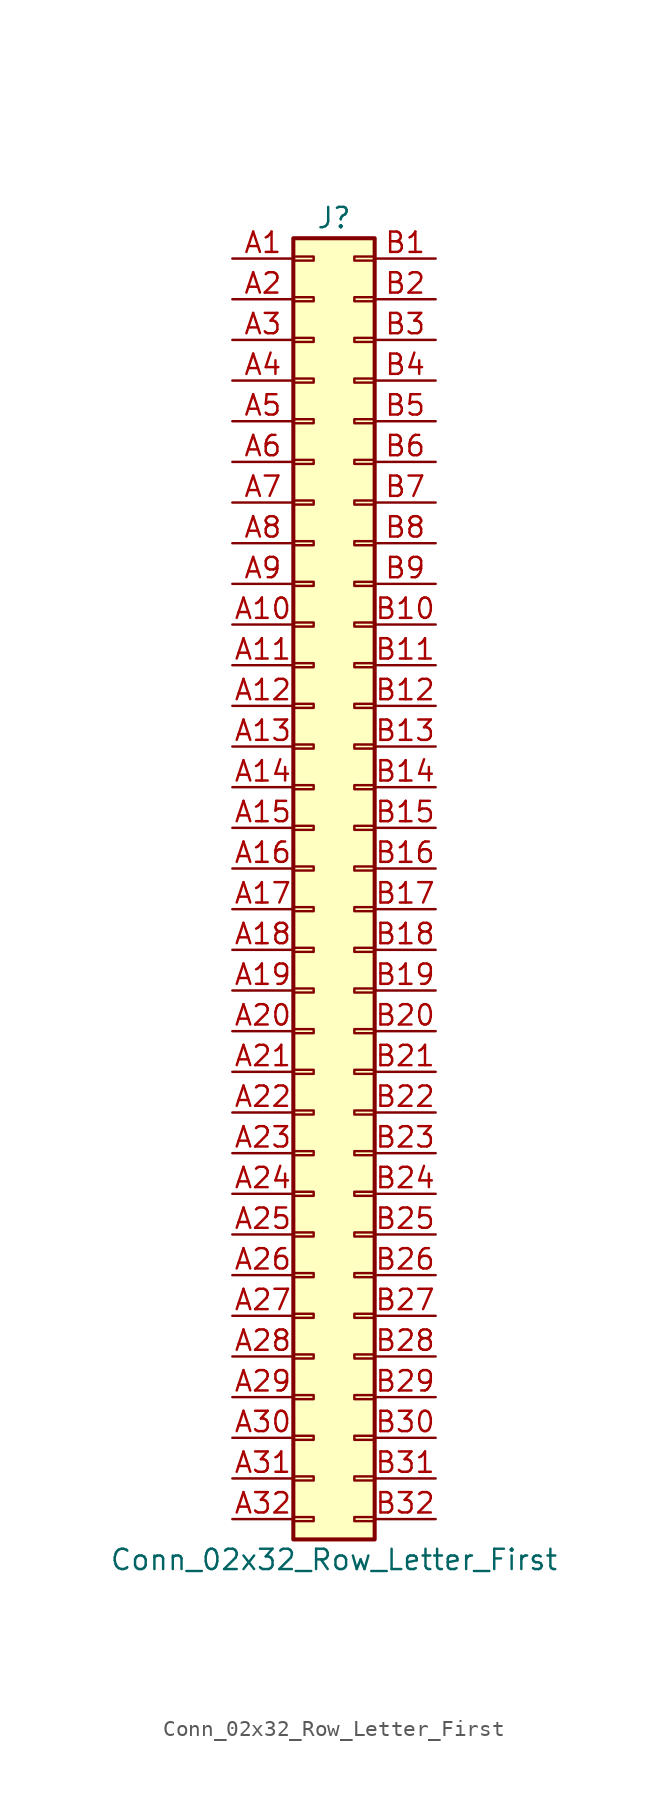
<source format=kicad_sym>
(kicad_symbol_lib
  (version 20241209)
  (generator "kicad_symbol_editor")
  (generator_version "9.0")
  (symbol "Conn_02x32_Row_Letter_First"
    (pin_names
      (offset 1.016)
      (hide yes))
    (property "Reference" "J"
      (at 1.27 40.64 0)
      (effects (font (size 1.27 1.27))))
    (property "Value" "Conn_02x32_Row_Letter_First"
      (at 1.27 -43.18 0)
      (effects (font (size 1.27 1.27))))
    (symbol "Conn_02x32_Row_Letter_First_1_1"
      (rectangle (start -1.27 39.37) (end 3.81 -41.91) (stroke (width 0.254) (type default)) (fill (type background)))
      (rectangle (start -1.27 38.227) (end 0 37.973) (stroke (width 0.152) (type default)) (fill (type none)))
      (rectangle (start -1.27 35.687) (end 0 35.433) (stroke (width 0.152) (type default)) (fill (type none)))
      (rectangle (start -1.27 33.147) (end 0 32.893) (stroke (width 0.152) (type default)) (fill (type none)))
      (rectangle (start -1.27 30.607) (end 0 30.353) (stroke (width 0.152) (type default)) (fill (type none)))
      (rectangle (start -1.27 28.067) (end 0 27.813) (stroke (width 0.152) (type default)) (fill (type none)))
      (rectangle (start -1.27 25.527) (end 0 25.273) (stroke (width 0.152) (type default)) (fill (type none)))
      (rectangle (start -1.27 22.987) (end 0 22.733) (stroke (width 0.152) (type default)) (fill (type none)))
      (rectangle (start -1.27 20.447) (end 0 20.193) (stroke (width 0.152) (type default)) (fill (type none)))
      (rectangle (start -1.27 17.907) (end 0 17.653) (stroke (width 0.152) (type default)) (fill (type none)))
      (rectangle (start -1.27 15.367) (end 0 15.113) (stroke (width 0.152) (type default)) (fill (type none)))
      (rectangle (start -1.27 12.827) (end 0 12.573) (stroke (width 0.152) (type default)) (fill (type none)))
      (rectangle (start -1.27 10.287) (end 0 10.033) (stroke (width 0.152) (type default)) (fill (type none)))
      (rectangle (start -1.27 7.747) (end 0 7.493) (stroke (width 0.152) (type default)) (fill (type none)))
      (rectangle (start -1.27 5.207) (end 0 4.953) (stroke (width 0.152) (type default)) (fill (type none)))
      (rectangle (start -1.27 2.667) (end 0 2.413) (stroke (width 0.152) (type default)) (fill (type none)))
      (rectangle (start -1.27 0.127) (end 0 -0.127) (stroke (width 0.152) (type default)) (fill (type none)))
      (rectangle (start -1.27 -2.413) (end 0 -2.667) (stroke (width 0.152) (type default)) (fill (type none)))
      (rectangle (start -1.27 -4.953) (end 0 -5.207) (stroke (width 0.152) (type default)) (fill (type none)))
      (rectangle (start -1.27 -7.493) (end 0 -7.747) (stroke (width 0.152) (type default)) (fill (type none)))
      (rectangle (start -1.27 -10.033) (end 0 -10.287) (stroke (width 0.152) (type default)) (fill (type none)))
      (rectangle (start -1.27 -12.573) (end 0 -12.827) (stroke (width 0.152) (type default)) (fill (type none)))
      (rectangle (start -1.27 -15.113) (end 0 -15.367) (stroke (width 0.152) (type default)) (fill (type none)))
      (rectangle (start -1.27 -17.653) (end 0 -17.907) (stroke (width 0.152) (type default)) (fill (type none)))
      (rectangle (start -1.27 -20.193) (end 0 -20.447) (stroke (width 0.152) (type default)) (fill (type none)))
      (rectangle (start -1.27 -22.733) (end 0 -22.987) (stroke (width 0.152) (type default)) (fill (type none)))
      (rectangle (start -1.27 -25.273) (end 0 -25.527) (stroke (width 0.152) (type default)) (fill (type none)))
      (rectangle (start -1.27 -27.813) (end 0 -28.067) (stroke (width 0.152) (type default)) (fill (type none)))
      (rectangle (start -1.27 -30.353) (end 0 -30.607) (stroke (width 0.152) (type default)) (fill (type none)))
      (rectangle (start -1.27 -32.893) (end 0 -33.147) (stroke (width 0.152) (type default)) (fill (type none)))
      (rectangle (start -1.27 -35.433) (end 0 -35.687) (stroke (width 0.152) (type default)) (fill (type none)))
      (rectangle (start -1.27 -37.973) (end 0 -38.227) (stroke (width 0.152) (type default)) (fill (type none)))
      (rectangle (start -1.27 -40.513) (end 0 -40.767) (stroke (width 0.152) (type default)) (fill (type none)))
      (rectangle (start 3.81 38.227) (end 2.54 37.973) (stroke (width 0.152) (type default)) (fill (type none)))
      (rectangle (start 3.81 35.687) (end 2.54 35.433) (stroke (width 0.152) (type default)) (fill (type none)))
      (rectangle (start 3.81 33.147) (end 2.54 32.893) (stroke (width 0.152) (type default)) (fill (type none)))
      (rectangle (start 3.81 30.607) (end 2.54 30.353) (stroke (width 0.152) (type default)) (fill (type none)))
      (rectangle (start 3.81 28.067) (end 2.54 27.813) (stroke (width 0.152) (type default)) (fill (type none)))
      (rectangle (start 3.81 25.527) (end 2.54 25.273) (stroke (width 0.152) (type default)) (fill (type none)))
      (rectangle (start 3.81 22.987) (end 2.54 22.733) (stroke (width 0.152) (type default)) (fill (type none)))
      (rectangle (start 3.81 20.447) (end 2.54 20.193) (stroke (width 0.152) (type default)) (fill (type none)))
      (rectangle (start 3.81 17.907) (end 2.54 17.653) (stroke (width 0.152) (type default)) (fill (type none)))
      (rectangle (start 3.81 15.367) (end 2.54 15.113) (stroke (width 0.152) (type default)) (fill (type none)))
      (rectangle (start 3.81 12.827) (end 2.54 12.573) (stroke (width 0.152) (type default)) (fill (type none)))
      (rectangle (start 3.81 10.287) (end 2.54 10.033) (stroke (width 0.152) (type default)) (fill (type none)))
      (rectangle (start 3.81 7.747) (end 2.54 7.493) (stroke (width 0.152) (type default)) (fill (type none)))
      (rectangle (start 3.81 5.207) (end 2.54 4.953) (stroke (width 0.152) (type default)) (fill (type none)))
      (rectangle (start 3.81 2.667) (end 2.54 2.413) (stroke (width 0.152) (type default)) (fill (type none)))
      (rectangle (start 3.81 0.127) (end 2.54 -0.127) (stroke (width 0.152) (type default)) (fill (type none)))
      (rectangle (start 3.81 -2.413) (end 2.54 -2.667) (stroke (width 0.152) (type default)) (fill (type none)))
      (rectangle (start 3.81 -4.953) (end 2.54 -5.207) (stroke (width 0.152) (type default)) (fill (type none)))
      (rectangle (start 3.81 -7.493) (end 2.54 -7.747) (stroke (width 0.152) (type default)) (fill (type none)))
      (rectangle (start 3.81 -10.033) (end 2.54 -10.287) (stroke (width 0.152) (type default)) (fill (type none)))
      (rectangle (start 3.81 -12.573) (end 2.54 -12.827) (stroke (width 0.152) (type default)) (fill (type none)))
      (rectangle (start 3.81 -15.113) (end 2.54 -15.367) (stroke (width 0.152) (type default)) (fill (type none)))
      (rectangle (start 3.81 -17.653) (end 2.54 -17.907) (stroke (width 0.152) (type default)) (fill (type none)))
      (rectangle (start 3.81 -20.193) (end 2.54 -20.447) (stroke (width 0.152) (type default)) (fill (type none)))
      (rectangle (start 3.81 -22.733) (end 2.54 -22.987) (stroke (width 0.152) (type default)) (fill (type none)))
      (rectangle (start 3.81 -25.273) (end 2.54 -25.527) (stroke (width 0.152) (type default)) (fill (type none)))
      (rectangle (start 3.81 -27.813) (end 2.54 -28.067) (stroke (width 0.152) (type default)) (fill (type none)))
      (rectangle (start 3.81 -30.353) (end 2.54 -30.607) (stroke (width 0.152) (type default)) (fill (type none)))
      (rectangle (start 3.81 -32.893) (end 2.54 -33.147) (stroke (width 0.152) (type default)) (fill (type none)))
      (rectangle (start 3.81 -35.433) (end 2.54 -35.687) (stroke (width 0.152) (type default)) (fill (type none)))
      (rectangle (start 3.81 -37.973) (end 2.54 -38.227) (stroke (width 0.152) (type default)) (fill (type none)))
      (rectangle (start 3.81 -40.513) (end 2.54 -40.767) (stroke (width 0.152) (type default)) (fill (type none)))
      (pin passive line (at -5.08 38.1 0) (length 3.81) (name "Pin_A1" (effects (font (size 1.27 1.27)))) (number "A1" (effects (font (size 1.27 1.27)))))
      (pin passive line (at -5.08 35.56 0) (length 3.81) (name "Pin_A2" (effects (font (size 1.27 1.27)))) (number "A2" (effects (font (size 1.27 1.27)))))
      (pin passive line (at -5.08 33.02 0) (length 3.81) (name "Pin_A3" (effects (font (size 1.27 1.27)))) (number "A3" (effects (font (size 1.27 1.27)))))
      (pin passive line (at -5.08 30.48 0) (length 3.81) (name "Pin_A4" (effects (font (size 1.27 1.27)))) (number "A4" (effects (font (size 1.27 1.27)))))
      (pin passive line (at -5.08 27.94 0) (length 3.81) (name "Pin_A5" (effects (font (size 1.27 1.27)))) (number "A5" (effects (font (size 1.27 1.27)))))
      (pin passive line (at -5.08 25.4 0) (length 3.81) (name "Pin_A6" (effects (font (size 1.27 1.27)))) (number "A6" (effects (font (size 1.27 1.27)))))
      (pin passive line (at -5.08 22.86 0) (length 3.81) (name "Pin_A7" (effects (font (size 1.27 1.27)))) (number "A7" (effects (font (size 1.27 1.27)))))
      (pin passive line (at -5.08 20.32 0) (length 3.81) (name "Pin_A8" (effects (font (size 1.27 1.27)))) (number "A8" (effects (font (size 1.27 1.27)))))
      (pin passive line (at -5.08 17.78 0) (length 3.81) (name "Pin_A9" (effects (font (size 1.27 1.27)))) (number "A9" (effects (font (size 1.27 1.27)))))
      (pin passive line (at -5.08 15.24 0) (length 3.81) (name "Pin_A10" (effects (font (size 1.27 1.27)))) (number "A10" (effects (font (size 1.27 1.27)))))
      (pin passive line (at -5.08 12.7 0) (length 3.81) (name "Pin_A11" (effects (font (size 1.27 1.27)))) (number "A11" (effects (font (size 1.27 1.27)))))
      (pin passive line (at -5.08 10.16 0) (length 3.81) (name "Pin_A12" (effects (font (size 1.27 1.27)))) (number "A12" (effects (font (size 1.27 1.27)))))
      (pin passive line (at -5.08 7.62 0) (length 3.81) (name "Pin_A13" (effects (font (size 1.27 1.27)))) (number "A13" (effects (font (size 1.27 1.27)))))
      (pin passive line (at -5.08 5.08 0) (length 3.81) (name "Pin_A14" (effects (font (size 1.27 1.27)))) (number "A14" (effects (font (size 1.27 1.27)))))
      (pin passive line (at -5.08 2.54 0) (length 3.81) (name "Pin_A15" (effects (font (size 1.27 1.27)))) (number "A15" (effects (font (size 1.27 1.27)))))
      (pin passive line (at -5.08 0 0) (length 3.81) (name "Pin_A16" (effects (font (size 1.27 1.27)))) (number "A16" (effects (font (size 1.27 1.27)))))
      (pin passive line (at -5.08 -2.54 0) (length 3.81) (name "Pin_A17" (effects (font (size 1.27 1.27)))) (number "A17" (effects (font (size 1.27 1.27)))))
      (pin passive line (at -5.08 -5.08 0) (length 3.81) (name "Pin_A18" (effects (font (size 1.27 1.27)))) (number "A18" (effects (font (size 1.27 1.27)))))
      (pin passive line (at -5.08 -7.62 0) (length 3.81) (name "Pin_A19" (effects (font (size 1.27 1.27)))) (number "A19" (effects (font (size 1.27 1.27)))))
      (pin passive line (at -5.08 -10.16 0) (length 3.81) (name "Pin_A20" (effects (font (size 1.27 1.27)))) (number "A20" (effects (font (size 1.27 1.27)))))
      (pin passive line (at -5.08 -12.7 0) (length 3.81) (name "Pin_A21" (effects (font (size 1.27 1.27)))) (number "A21" (effects (font (size 1.27 1.27)))))
      (pin passive line (at -5.08 -15.24 0) (length 3.81) (name "Pin_A22" (effects (font (size 1.27 1.27)))) (number "A22" (effects (font (size 1.27 1.27)))))
      (pin passive line (at -5.08 -17.78 0) (length 3.81) (name "Pin_A23" (effects (font (size 1.27 1.27)))) (number "A23" (effects (font (size 1.27 1.27)))))
      (pin passive line (at -5.08 -20.32 0) (length 3.81) (name "Pin_A24" (effects (font (size 1.27 1.27)))) (number "A24" (effects (font (size 1.27 1.27)))))
      (pin passive line (at -5.08 -22.86 0) (length 3.81) (name "Pin_A25" (effects (font (size 1.27 1.27)))) (number "A25" (effects (font (size 1.27 1.27)))))
      (pin passive line (at -5.08 -25.4 0) (length 3.81) (name "Pin_A26" (effects (font (size 1.27 1.27)))) (number "A26" (effects (font (size 1.27 1.27)))))
      (pin passive line (at -5.08 -27.94 0) (length 3.81) (name "Pin_A27" (effects (font (size 1.27 1.27)))) (number "A27" (effects (font (size 1.27 1.27)))))
      (pin passive line (at -5.08 -30.48 0) (length 3.81) (name "Pin_A28" (effects (font (size 1.27 1.27)))) (number "A28" (effects (font (size 1.27 1.27)))))
      (pin passive line (at -5.08 -33.02 0) (length 3.81) (name "Pin_A29" (effects (font (size 1.27 1.27)))) (number "A29" (effects (font (size 1.27 1.27)))))
      (pin passive line (at -5.08 -35.56 0) (length 3.81) (name "Pin_A30" (effects (font (size 1.27 1.27)))) (number "A30" (effects (font (size 1.27 1.27)))))
      (pin passive line (at -5.08 -38.1 0) (length 3.81) (name "Pin_A31" (effects (font (size 1.27 1.27)))) (number "A31" (effects (font (size 1.27 1.27)))))
      (pin passive line (at -5.08 -40.64 0) (length 3.81) (name "Pin_A32" (effects (font (size 1.27 1.27)))) (number "A32" (effects (font (size 1.27 1.27)))))
      (pin passive line (at 7.62 38.1 180) (length 3.81) (name "Pin_B1" (effects (font (size 1.27 1.27)))) (number "B1" (effects (font (size 1.27 1.27)))))
      (pin passive line (at 7.62 35.56 180) (length 3.81) (name "Pin_B2" (effects (font (size 1.27 1.27)))) (number "B2" (effects (font (size 1.27 1.27)))))
      (pin passive line (at 7.62 33.02 180) (length 3.81) (name "Pin_B3" (effects (font (size 1.27 1.27)))) (number "B3" (effects (font (size 1.27 1.27)))))
      (pin passive line (at 7.62 30.48 180) (length 3.81) (name "Pin_B4" (effects (font (size 1.27 1.27)))) (number "B4" (effects (font (size 1.27 1.27)))))
      (pin passive line (at 7.62 27.94 180) (length 3.81) (name "Pin_B5" (effects (font (size 1.27 1.27)))) (number "B5" (effects (font (size 1.27 1.27)))))
      (pin passive line (at 7.62 25.4 180) (length 3.81) (name "Pin_B6" (effects (font (size 1.27 1.27)))) (number "B6" (effects (font (size 1.27 1.27)))))
      (pin passive line (at 7.62 22.86 180) (length 3.81) (name "Pin_B7" (effects (font (size 1.27 1.27)))) (number "B7" (effects (font (size 1.27 1.27)))))
      (pin passive line (at 7.62 20.32 180) (length 3.81) (name "Pin_B8" (effects (font (size 1.27 1.27)))) (number "B8" (effects (font (size 1.27 1.27)))))
      (pin passive line (at 7.62 17.78 180) (length 3.81) (name "Pin_B9" (effects (font (size 1.27 1.27)))) (number "B9" (effects (font (size 1.27 1.27)))))
      (pin passive line (at 7.62 15.24 180) (length 3.81) (name "Pin_B10" (effects (font (size 1.27 1.27)))) (number "B10" (effects (font (size 1.27 1.27)))))
      (pin passive line (at 7.62 12.7 180) (length 3.81) (name "Pin_B11" (effects (font (size 1.27 1.27)))) (number "B11" (effects (font (size 1.27 1.27)))))
      (pin passive line (at 7.62 10.16 180) (length 3.81) (name "Pin_B12" (effects (font (size 1.27 1.27)))) (number "B12" (effects (font (size 1.27 1.27)))))
      (pin passive line (at 7.62 7.62 180) (length 3.81) (name "Pin_B13" (effects (font (size 1.27 1.27)))) (number "B13" (effects (font (size 1.27 1.27)))))
      (pin passive line (at 7.62 5.08 180) (length 3.81) (name "Pin_B14" (effects (font (size 1.27 1.27)))) (number "B14" (effects (font (size 1.27 1.27)))))
      (pin passive line (at 7.62 2.54 180) (length 3.81) (name "Pin_B15" (effects (font (size 1.27 1.27)))) (number "B15" (effects (font (size 1.27 1.27)))))
      (pin passive line (at 7.62 0 180) (length 3.81) (name "Pin_B16" (effects (font (size 1.27 1.27)))) (number "B16" (effects (font (size 1.27 1.27)))))
      (pin passive line (at 7.62 -2.54 180) (length 3.81) (name "Pin_B17" (effects (font (size 1.27 1.27)))) (number "B17" (effects (font (size 1.27 1.27)))))
      (pin passive line (at 7.62 -5.08 180) (length 3.81) (name "Pin_B18" (effects (font (size 1.27 1.27)))) (number "B18" (effects (font (size 1.27 1.27)))))
      (pin passive line (at 7.62 -7.62 180) (length 3.81) (name "Pin_B19" (effects (font (size 1.27 1.27)))) (number "B19" (effects (font (size 1.27 1.27)))))
      (pin passive line (at 7.62 -10.16 180) (length 3.81) (name "Pin_B20" (effects (font (size 1.27 1.27)))) (number "B20" (effects (font (size 1.27 1.27)))))
      (pin passive line (at 7.62 -12.7 180) (length 3.81) (name "Pin_B21" (effects (font (size 1.27 1.27)))) (number "B21" (effects (font (size 1.27 1.27)))))
      (pin passive line (at 7.62 -15.24 180) (length 3.81) (name "Pin_B22" (effects (font (size 1.27 1.27)))) (number "B22" (effects (font (size 1.27 1.27)))))
      (pin passive line (at 7.62 -17.78 180) (length 3.81) (name "Pin_B23" (effects (font (size 1.27 1.27)))) (number "B23" (effects (font (size 1.27 1.27)))))
      (pin passive line (at 7.62 -20.32 180) (length 3.81) (name "Pin_B24" (effects (font (size 1.27 1.27)))) (number "B24" (effects (font (size 1.27 1.27)))))
      (pin passive line (at 7.62 -22.86 180) (length 3.81) (name "Pin_B25" (effects (font (size 1.27 1.27)))) (number "B25" (effects (font (size 1.27 1.27)))))
      (pin passive line (at 7.62 -25.4 180) (length 3.81) (name "Pin_B26" (effects (font (size 1.27 1.27)))) (number "B26" (effects (font (size 1.27 1.27)))))
      (pin passive line (at 7.62 -27.94 180) (length 3.81) (name "Pin_B27" (effects (font (size 1.27 1.27)))) (number "B27" (effects (font (size 1.27 1.27)))))
      (pin passive line (at 7.62 -30.48 180) (length 3.81) (name "Pin_B28" (effects (font (size 1.27 1.27)))) (number "B28" (effects (font (size 1.27 1.27)))))
      (pin passive line (at 7.62 -33.02 180) (length 3.81) (name "Pin_B29" (effects (font (size 1.27 1.27)))) (number "B29" (effects (font (size 1.27 1.27)))))
      (pin passive line (at 7.62 -35.56 180) (length 3.81) (name "Pin_B30" (effects (font (size 1.27 1.27)))) (number "B30" (effects (font (size 1.27 1.27)))))
      (pin passive line (at 7.62 -38.1 180) (length 3.81) (name "Pin_B31" (effects (font (size 1.27 1.27)))) (number "B31" (effects (font (size 1.27 1.27)))))
      (pin passive line (at 7.62 -40.64 180) (length 3.81) (name "Pin_B32" (effects (font (size 1.27 1.27)))) (number "B32" (effects (font (size 1.27 1.27))))))))
</source>
